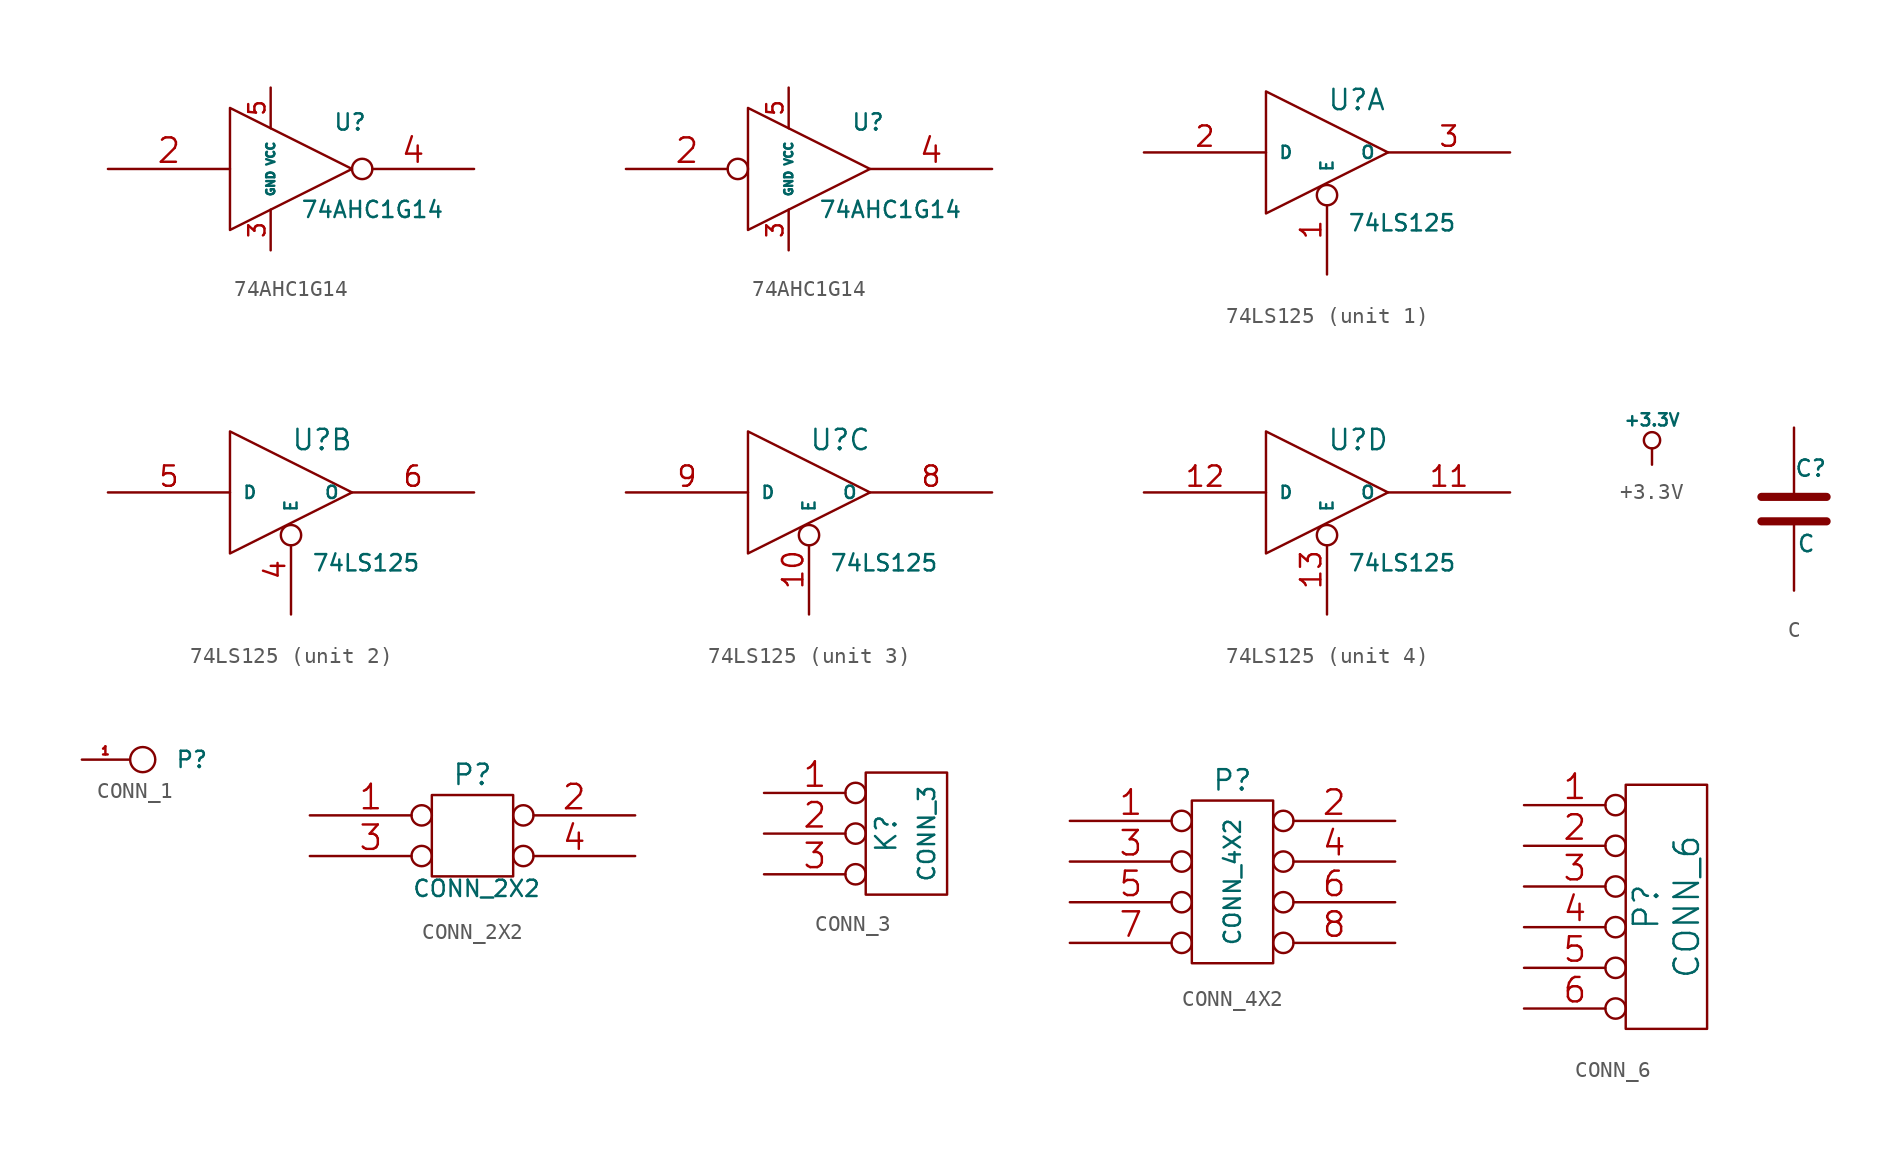
<source format=kicad_sym>
(kicad_symbol_lib
  (version 20201005)
  (generator kicad_symbol_editor)
  (symbol "kit-coldfire_schlib:74AHC1G14"
    (pin_names
      (offset 0.762))
    (property "Reference" "U"
      (at 3.683 2.921 0)
      (effects (font (size 1.016 1.016))))
    (property "Value" "74AHC1G14"
      (at 5.08 -2.54 0)
      (effects (font (size 1.016 1.016))))
    (property "Footprint" ""
      (at 2.413 -3.429 0)
      (effects (font (size 0.762 0.762))))
    (property "Datasheet" ""
      (at 3.683 2.921 0)
      (effects (font (size 1.524 1.524))))
    (symbol "74AHC1G14_0_0"
      (polyline (pts (xy -3.81 3.81) (xy -3.81 -3.81) (xy 3.81 0) (xy -3.81 3.81)) (stroke (width 0)) (fill (type none)))
      (pin power_in line (at -1.27 -5.08 90) (length 2.54) (name "GND" (effects (font (size 0.508 0.508)))) (number "3" (effects (font (size 1.016 1.016)))))
      (pin power_in line (at -1.27 5.08 270) (length 2.54) (name "VCC" (effects (font (size 0.508 0.508)))) (number "5" (effects (font (size 1.016 1.016))))))
    (symbol "74AHC1G14_1_1"
      (pin input line (at -11.43 0 0) (length 7.62) (name "~" (effects (font (size 1.524 1.524)))) (number "2" (effects (font (size 1.524 1.524)))))
      (pin output inverted (at 11.43 0 180) (length 7.62) (name "~" (effects (font (size 1.524 1.524)))) (number "4" (effects (font (size 1.524 1.524))))))
    (symbol "74AHC1G14_1_2"
      (pin input inverted (at -11.43 0 0) (length 7.62) (name "~" (effects (font (size 1.524 1.524)))) (number "2" (effects (font (size 1.524 1.524)))))
      (pin output line (at 11.43 0 180) (length 7.62) (name "~" (effects (font (size 1.524 1.524)))) (number "4" (effects (font (size 1.524 1.524)))))))
  (symbol "kit-coldfire_schlib:74LS125"
    (pin_names
      (offset 0.762))
    (property "Reference" "U"
      (at 0 2.54 0)
      (effects (font (size 1.27 1.27)) (justify left bottom)))
    (property "Value" "74LS125"
      (at 1.27 -3.81 0)
      (effects (font (size 1.016 1.016)) (justify left top)))
    (property "Footprint" ""
      (at 0 0 0)
      (effects (font (size 1.524 1.524))))
    (property "Datasheet" ""
      (at 0 0 0)
      (effects (font (size 1.524 1.524))))
    (symbol "74LS125_0_1"
      (polyline (pts (xy -3.81 3.81) (xy -3.81 -3.81) (xy 3.81 0) (xy -3.81 3.81)) (stroke (width 0)) (fill (type none))))
    (symbol "74LS125_0_0"
      (pin power_in line (at -3.81 3.81 270) (length 0) hide (name "VCC" (effects (font (size 0.762 0.762)))) (number "14" (effects (font (size 1.27 1.27)))))
      (pin power_in line (at -3.81 -3.81 90) (length 0) hide (name "GND" (effects (font (size 0.762 0.762)))) (number "7" (effects (font (size 1.27 1.27))))))
    (symbol "74LS125_1_0"
      (pin input inverted (at 0 -7.62 90) (length 5.588) (name "E" (effects (font (size 0.762 0.762)))) (number "1" (effects (font (size 1.27 1.27))))))
    (symbol "74LS125_2_0"
      (pin input inverted (at 0 -7.62 90) (length 5.588) (name "E" (effects (font (size 0.762 0.762)))) (number "4" (effects (font (size 1.27 1.27))))))
    (symbol "74LS125_3_0"
      (pin input inverted (at 0 -7.62 90) (length 5.588) (name "E" (effects (font (size 0.762 0.762)))) (number "10" (effects (font (size 1.27 1.27))))))
    (symbol "74LS125_4_0"
      (pin input inverted (at 0 -7.62 90) (length 5.588) (name "E" (effects (font (size 0.762 0.762)))) (number "13" (effects (font (size 1.27 1.27))))))
    (symbol "74LS125_1_1"
      (pin input line (at -11.43 0 0) (length 7.62) (name "D" (effects (font (size 0.762 0.762)))) (number "2" (effects (font (size 1.27 1.27)))))
      (pin tri_state line (at 11.43 0 180) (length 7.62) (name "O" (effects (font (size 0.762 0.762)))) (number "3" (effects (font (size 1.27 1.27))))))
    (symbol "74LS125_2_1"
      (pin input line (at -11.43 0 0) (length 7.62) (name "D" (effects (font (size 0.762 0.762)))) (number "5" (effects (font (size 1.27 1.27)))))
      (pin tri_state line (at 11.43 0 180) (length 7.62) (name "O" (effects (font (size 0.762 0.762)))) (number "6" (effects (font (size 1.27 1.27))))))
    (symbol "74LS125_3_1"
      (pin tri_state line (at 11.43 0 180) (length 7.62) (name "O" (effects (font (size 0.762 0.762)))) (number "8" (effects (font (size 1.27 1.27)))))
      (pin input line (at -11.43 0 0) (length 7.62) (name "D" (effects (font (size 0.762 0.762)))) (number "9" (effects (font (size 1.27 1.27))))))
    (symbol "74LS125_4_1"
      (pin tri_state line (at 11.43 0 180) (length 7.62) (name "O" (effects (font (size 0.762 0.762)))) (number "11" (effects (font (size 1.27 1.27)))))
      (pin input line (at -11.43 0 0) (length 7.62) (name "D" (effects (font (size 0.762 0.762)))) (number "12" (effects (font (size 1.27 1.27)))))))
  (symbol "kit-coldfire_schlib:+3.3V"
    (power)
    (pin_names
      (offset 0))
    (property "Reference" "#PWR"
      (at 0 -1.016 0)
      (effects (font (size 0.762 0.762)) hide))
    (property "Value" "+3.3V"
      (at 0 2.794 0)
      (effects (font (size 0.762 0.762))))
    (property "Footprint" ""
      (at 0 0 0)
      (effects (font (size 1.524 1.524))))
    (property "Datasheet" ""
      (at 0 0 0)
      (effects (font (size 1.524 1.524))))
    (symbol "+3.3V_0_1"
      (circle (center 0 1.524) (radius 0.508) (stroke (width 0)) (fill (type none)))
      (polyline (pts (xy 0 0) (xy 0 1.016) (xy 0 1.016)) (stroke (width 0)) (fill (type none))))
    (symbol "+3.3V_0_0"
      (pin power_in line (at 0 0 90) (length 0) hide (name "+3.3V" (effects (font (size 0.762 0.762)))) (number "1" (effects (font (size 0.762 0.762)))))))
  (symbol "kit-coldfire_schlib:C"
    (pin_numbers hide)
    (pin_names
      (offset 0.254))
    (property "Reference" "C"
      (at 0 2.54 0)
      (effects (font (size 1.016 1.016)) (justify left)))
    (property "Value" "C"
      (at 0.152 -2.159 0)
      (effects (font (size 1.016 1.016)) (justify left)))
    (property "Footprint" ""
      (at 0.965 -3.81 0)
      (effects (font (size 0.762 0.762))))
    (property "Datasheet" ""
      (at 0 2.54 0)
      (effects (font (size 0.762 0.762))))
    (symbol "C_0_1"
      (polyline (pts (xy -2.032 -0.762) (xy 2.032 -0.762)) (stroke (width 0.508)) (fill (type none)))
      (polyline (pts (xy -2.032 0.762) (xy 2.032 0.762)) (stroke (width 0.508)) (fill (type none))))
    (symbol "C_1_1"
      (pin passive line (at 0 5.08 270) (length 4.318) (name "~" (effects (font (size 1.016 1.016)))) (number "1" (effects (font (size 1.016 1.016)))))
      (pin passive line (at 0 -5.08 90) (length 4.318) (name "~" (effects (font (size 1.016 1.016)))) (number "2" (effects (font (size 1.016 1.016)))))))
  (symbol "kit-coldfire_schlib:CONN_1"
    (pin_names
      (offset 0.762) hide)
    (property "Reference" "P"
      (at 2.032 0 0)
      (effects (font (size 1.016 1.016)) (justify left)))
    (property "Footprint" ""
      (at 0 0 0)
      (effects (font (size 1.524 1.524))))
    (property "Datasheet" ""
      (at 0 0 0)
      (effects (font (size 1.524 1.524))))
    (symbol "CONN_1_0_1"
      (circle (center 0 0) (radius 0.787) (stroke (width 0)) (fill (type none))))
    (symbol "CONN_1_1_1"
      (pin passive line (at -3.81 0 0) (length 2.946) (name "1" (effects (font (size 1.524 1.524)))) (number "1" (effects (font (size 0.508 0.508)))))))
  (symbol "kit-coldfire_schlib:CONN_2X2"
    (pin_names
      (offset 1.016) hide)
    (property "Reference" "P"
      (at 0 3.81 0)
      (effects (font (size 1.27 1.27))))
    (property "Value" "CONN_2X2"
      (at 0.254 -3.302 0)
      (effects (font (size 1.016 1.016))))
    (property "Footprint" ""
      (at 0 0 0)
      (effects (font (size 1.524 1.524))))
    (property "Datasheet" ""
      (at 0 0 0)
      (effects (font (size 1.524 1.524))))
    (symbol "CONN_2X2_0_1"
      (rectangle (start -2.54 2.54) (end 2.54 -2.54) (stroke (width 0)) (fill (type none))))
    (symbol "CONN_2X2_1_1"
      (pin passive inverted (at -10.16 1.27 0) (length 7.62) (name "1" (effects (font (size 1.524 1.524)))) (number "1" (effects (font (size 1.524 1.524)))))
      (pin passive inverted (at 10.16 1.27 180) (length 7.62) (name "2" (effects (font (size 1.524 1.524)))) (number "2" (effects (font (size 1.524 1.524)))))
      (pin passive inverted (at -10.16 -1.27 0) (length 7.62) (name "3" (effects (font (size 1.524 1.524)))) (number "3" (effects (font (size 1.524 1.524)))))
      (pin passive inverted (at 10.16 -1.27 180) (length 7.62) (name "4" (effects (font (size 1.524 1.524)))) (number "4" (effects (font (size 1.524 1.524)))))))
  (symbol "kit-coldfire_schlib:CONN_3"
    (pin_names
      (offset 1.016) hide)
    (property "Reference" "K"
      (at -1.27 0 90)
      (effects (font (size 1.27 1.27))))
    (property "Value" "CONN_3"
      (at 1.27 0 90)
      (effects (font (size 1.016 1.016))))
    (property "Footprint" ""
      (at 0 0 0)
      (effects (font (size 1.524 1.524))))
    (property "Datasheet" ""
      (at 0 0 0)
      (effects (font (size 1.524 1.524))))
    (symbol "CONN_3_0_1"
      (rectangle (start -2.54 3.81) (end 2.54 -3.81) (stroke (width 0)) (fill (type none))))
    (symbol "CONN_3_1_1"
      (pin passive inverted (at -8.89 2.54 0) (length 6.35) (name "P1" (effects (font (size 1.524 1.524)))) (number "1" (effects (font (size 1.524 1.524)))))
      (pin passive inverted (at -8.89 0 0) (length 6.35) (name "PM" (effects (font (size 1.524 1.524)))) (number "2" (effects (font (size 1.524 1.524)))))
      (pin passive inverted (at -8.89 -2.54 0) (length 6.35) (name "P3" (effects (font (size 1.524 1.524)))) (number "3" (effects (font (size 1.524 1.524)))))))
  (symbol "kit-coldfire_schlib:CONN_4X2"
    (pin_names
      (offset 1.016) hide)
    (property "Reference" "P"
      (at 0 6.35 0)
      (effects (font (size 1.27 1.27))))
    (property "Value" "CONN_4X2"
      (at 0 0 90)
      (effects (font (size 1.016 1.016))))
    (property "Footprint" ""
      (at 0 0 0)
      (effects (font (size 1.524 1.524))))
    (property "Datasheet" ""
      (at 0 0 0)
      (effects (font (size 1.524 1.524))))
    (symbol "CONN_4X2_0_1"
      (rectangle (start -2.54 5.08) (end 2.54 -5.08) (stroke (width 0)) (fill (type none))))
    (symbol "CONN_4X2_1_1"
      (pin passive inverted (at -10.16 3.81 0) (length 7.62) (name "1" (effects (font (size 1.524 1.524)))) (number "1" (effects (font (size 1.524 1.524)))))
      (pin passive inverted (at 10.16 3.81 180) (length 7.62) (name "2" (effects (font (size 1.524 1.524)))) (number "2" (effects (font (size 1.524 1.524)))))
      (pin passive inverted (at -10.16 1.27 0) (length 7.62) (name "3" (effects (font (size 1.524 1.524)))) (number "3" (effects (font (size 1.524 1.524)))))
      (pin passive inverted (at 10.16 1.27 180) (length 7.62) (name "4" (effects (font (size 1.524 1.524)))) (number "4" (effects (font (size 1.524 1.524)))))
      (pin passive inverted (at -10.16 -1.27 0) (length 7.62) (name "5" (effects (font (size 1.524 1.524)))) (number "5" (effects (font (size 1.524 1.524)))))
      (pin passive inverted (at 10.16 -1.27 180) (length 7.62) (name "6" (effects (font (size 1.524 1.524)))) (number "6" (effects (font (size 1.524 1.524)))))
      (pin passive inverted (at -10.16 -3.81 0) (length 7.62) (name "7" (effects (font (size 1.524 1.524)))) (number "7" (effects (font (size 1.524 1.524)))))
      (pin passive inverted (at 10.16 -3.81 180) (length 7.62) (name "8" (effects (font (size 1.524 1.524)))) (number "8" (effects (font (size 1.524 1.524)))))))
  (symbol "kit-coldfire_schlib:CONN_6"
    (pin_names
      (offset 0.762) hide)
    (property "Reference" "P"
      (at -1.27 0 90)
      (effects (font (size 1.524 1.524))))
    (property "Value" "CONN_6"
      (at 1.27 0 90)
      (effects (font (size 1.524 1.524))))
    (property "Footprint" ""
      (at 0 0 0)
      (effects (font (size 1.524 1.524))))
    (property "Datasheet" ""
      (at 0 0 0)
      (effects (font (size 1.524 1.524))))
    (symbol "CONN_6_0_1"
      (rectangle (start -2.54 7.62) (end 2.54 -7.62) (stroke (width 0)) (fill (type none))))
    (symbol "CONN_6_1_1"
      (pin passive inverted (at -8.89 6.35 0) (length 6.35) (name "1" (effects (font (size 1.524 1.524)))) (number "1" (effects (font (size 1.524 1.524)))))
      (pin passive inverted (at -8.89 3.81 0) (length 6.35) (name "2" (effects (font (size 1.524 1.524)))) (number "2" (effects (font (size 1.524 1.524)))))
      (pin passive inverted (at -8.89 1.27 0) (length 6.35) (name "3" (effects (font (size 1.524 1.524)))) (number "3" (effects (font (size 1.524 1.524)))))
      (pin passive inverted (at -8.89 -1.27 0) (length 6.35) (name "4" (effects (font (size 1.524 1.524)))) (number "4" (effects (font (size 1.524 1.524)))))
      (pin passive inverted (at -8.89 -3.81 0) (length 6.35) (name "5" (effects (font (size 1.524 1.524)))) (number "5" (effects (font (size 1.524 1.524)))))
      (pin passive inverted (at -8.89 -6.35 0) (length 6.35) (name "6" (effects (font (size 1.524 1.524)))) (number "6" (effects (font (size 1.524 1.524))))))))
</source>
